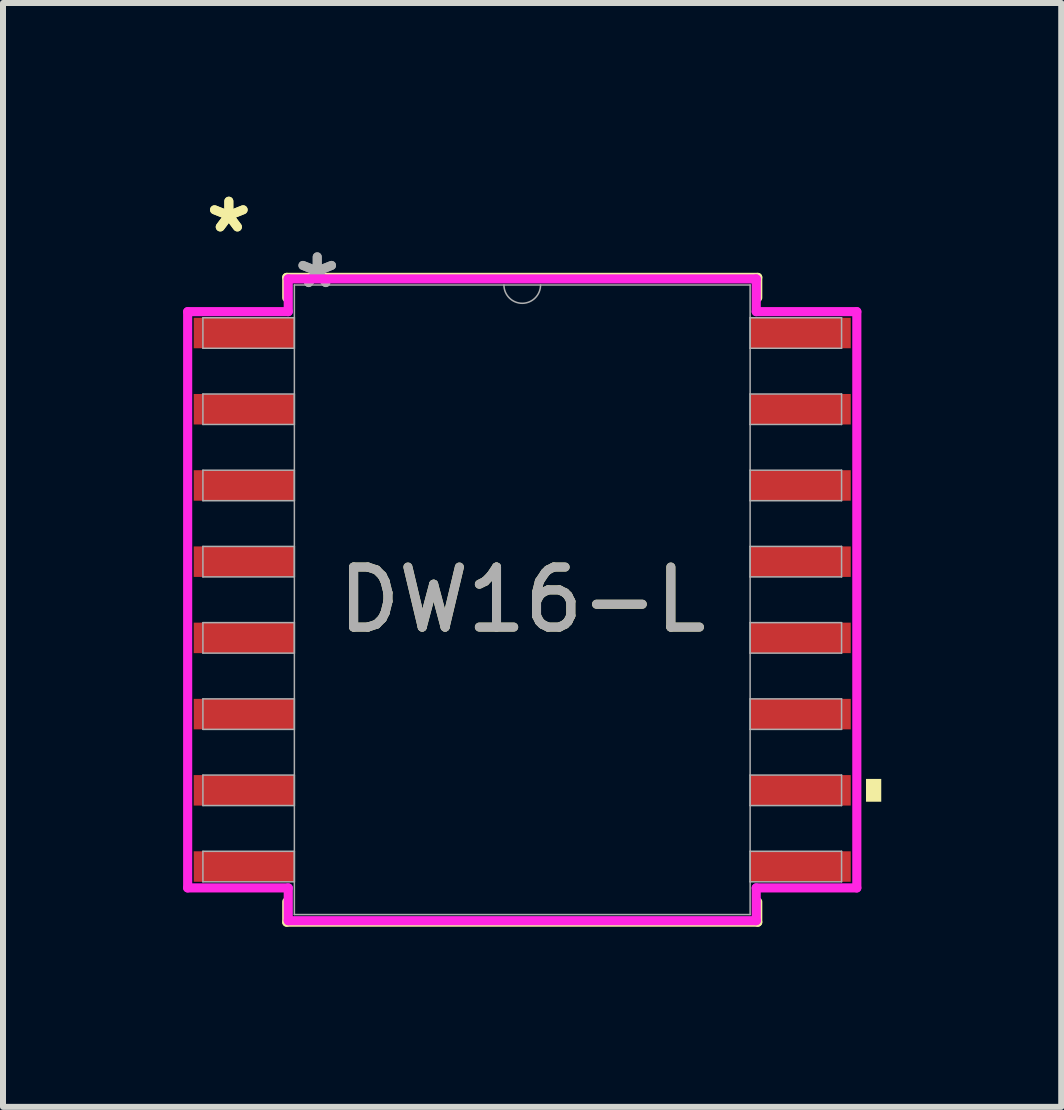
<source format=kicad_pcb>
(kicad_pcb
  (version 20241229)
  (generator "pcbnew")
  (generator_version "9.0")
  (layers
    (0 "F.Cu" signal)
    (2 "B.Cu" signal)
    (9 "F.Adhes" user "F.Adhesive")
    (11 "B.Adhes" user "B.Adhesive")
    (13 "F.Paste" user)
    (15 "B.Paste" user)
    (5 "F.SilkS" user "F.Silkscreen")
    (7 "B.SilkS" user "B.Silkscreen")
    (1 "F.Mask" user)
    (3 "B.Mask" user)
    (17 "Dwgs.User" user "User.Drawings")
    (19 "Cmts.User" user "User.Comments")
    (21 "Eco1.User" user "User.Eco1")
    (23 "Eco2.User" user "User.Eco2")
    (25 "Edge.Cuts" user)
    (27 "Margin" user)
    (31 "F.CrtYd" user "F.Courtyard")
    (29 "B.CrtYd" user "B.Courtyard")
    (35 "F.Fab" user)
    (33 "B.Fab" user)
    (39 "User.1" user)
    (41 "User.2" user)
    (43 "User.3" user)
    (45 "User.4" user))
  (footprint "DW16-L"
    (layer "F.Cu")
    (at 5.652 6.944)
    (property "Reference" "DW16-L" (at 0 0 0) (unlocked yes) (layer "F.SilkS") (effects (font (size 1 1) (thickness 0.15))))
    (attr smd)
    (fp_line (start -3.924 -5.372) (end -3.924 -5.032) (stroke (width 0.152) (type solid)) (layer "F.SilkS"))
    (fp_line (start -3.924 5.032) (end -3.924 5.372) (stroke (width 0.152) (type solid)) (layer "F.SilkS"))
    (fp_line (start -3.924 5.372) (end 3.924 5.372) (stroke (width 0.152) (type solid)) (layer "F.SilkS"))
    (fp_line (start 3.924 -5.372) (end -3.924 -5.372) (stroke (width 0.152) (type solid)) (layer "F.SilkS"))
    (fp_line (start 3.924 -5.032) (end 3.924 -5.372) (stroke (width 0.152) (type solid)) (layer "F.SilkS"))
    (fp_line (start 3.924 5.372) (end 3.924 5.032) (stroke (width 0.152) (type solid)) (layer "F.SilkS"))
    (fp_poly (pts (xy 5.982 2.985) (xy 5.982 3.365) (xy 5.728 3.365) (xy 5.728 2.985)) (stroke (width 0) (type solid)) (fill yes) (layer "F.SilkS"))
    (fp_line (start -5.575 -4.801) (end -3.899 -4.801) (stroke (width 0.152) (type solid)) (layer "F.CrtYd"))
    (fp_line (start -5.575 4.801) (end -5.575 -4.801) (stroke (width 0.152) (type solid)) (layer "F.CrtYd"))
    (fp_line (start -5.575 4.801) (end -3.899 4.801) (stroke (width 0.152) (type solid)) (layer "F.CrtYd"))
    (fp_line (start -3.899 -5.347) (end 3.899 -5.347) (stroke (width 0.152) (type solid)) (layer "F.CrtYd"))
    (fp_line (start -3.899 -4.801) (end -3.899 -5.347) (stroke (width 0.152) (type solid)) (layer "F.CrtYd"))
    (fp_line (start -3.899 5.347) (end -3.899 4.801) (stroke (width 0.152) (type solid)) (layer "F.CrtYd"))
    (fp_line (start 3.899 -5.347) (end 3.899 -4.801) (stroke (width 0.152) (type solid)) (layer "F.CrtYd"))
    (fp_line (start 3.899 4.801) (end 3.899 5.347) (stroke (width 0.152) (type solid)) (layer "F.CrtYd"))
    (fp_line (start 3.899 5.347) (end -3.899 5.347) (stroke (width 0.152) (type solid)) (layer "F.CrtYd"))
    (fp_line (start 5.575 -4.801) (end 3.899 -4.801) (stroke (width 0.152) (type solid)) (layer "F.CrtYd"))
    (fp_line (start 5.575 -4.801) (end 5.575 4.801) (stroke (width 0.152) (type solid)) (layer "F.CrtYd"))
    (fp_line (start 5.575 4.801) (end 3.899 4.801) (stroke (width 0.152) (type solid)) (layer "F.CrtYd"))
    (fp_line (start -5.321 -4.699) (end -5.321 -4.191) (stroke (width 0.025) (type solid)) (layer "F.Fab"))
    (fp_line (start -5.321 -4.191) (end -3.797 -4.191) (stroke (width 0.025) (type solid)) (layer "F.Fab"))
    (fp_line (start -5.321 -3.429) (end -5.321 -2.921) (stroke (width 0.025) (type solid)) (layer "F.Fab"))
    (fp_line (start -5.321 -2.921) (end -3.797 -2.921) (stroke (width 0.025) (type solid)) (layer "F.Fab"))
    (fp_line (start -5.321 -2.159) (end -5.321 -1.651) (stroke (width 0.025) (type solid)) (layer "F.Fab"))
    (fp_line (start -5.321 -1.651) (end -3.797 -1.651) (stroke (width 0.025) (type solid)) (layer "F.Fab"))
    (fp_line (start -5.321 -0.889) (end -5.321 -0.381) (stroke (width 0.025) (type solid)) (layer "F.Fab"))
    (fp_line (start -5.321 -0.381) (end -3.797 -0.381) (stroke (width 0.025) (type solid)) (layer "F.Fab"))
    (fp_line (start -5.321 0.381) (end -5.321 0.889) (stroke (width 0.025) (type solid)) (layer "F.Fab"))
    (fp_line (start -5.321 0.889) (end -3.797 0.889) (stroke (width 0.025) (type solid)) (layer "F.Fab"))
    (fp_line (start -5.321 1.651) (end -5.321 2.159) (stroke (width 0.025) (type solid)) (layer "F.Fab"))
    (fp_line (start -5.321 2.159) (end -3.797 2.159) (stroke (width 0.025) (type solid)) (layer "F.Fab"))
    (fp_line (start -5.321 2.921) (end -5.321 3.429) (stroke (width 0.025) (type solid)) (layer "F.Fab"))
    (fp_line (start -5.321 3.429) (end -3.797 3.429) (stroke (width 0.025) (type solid)) (layer "F.Fab"))
    (fp_line (start -5.321 4.191) (end -5.321 4.699) (stroke (width 0.025) (type solid)) (layer "F.Fab"))
    (fp_line (start -5.321 4.699) (end -3.797 4.699) (stroke (width 0.025) (type solid)) (layer "F.Fab"))
    (fp_line (start -3.797 -5.245) (end -3.797 5.245) (stroke (width 0.025) (type solid)) (layer "F.Fab"))
    (fp_line (start -3.797 -4.699) (end -5.321 -4.699) (stroke (width 0.025) (type solid)) (layer "F.Fab"))
    (fp_line (start -3.797 -4.191) (end -3.797 -4.699) (stroke (width 0.025) (type solid)) (layer "F.Fab"))
    (fp_line (start -3.797 -3.429) (end -5.321 -3.429) (stroke (width 0.025) (type solid)) (layer "F.Fab"))
    (fp_line (start -3.797 -2.921) (end -3.797 -3.429) (stroke (width 0.025) (type solid)) (layer "F.Fab"))
    (fp_line (start -3.797 -2.159) (end -5.321 -2.159) (stroke (width 0.025) (type solid)) (layer "F.Fab"))
    (fp_line (start -3.797 -1.651) (end -3.797 -2.159) (stroke (width 0.025) (type solid)) (layer "F.Fab"))
    (fp_line (start -3.797 -0.889) (end -5.321 -0.889) (stroke (width 0.025) (type solid)) (layer "F.Fab"))
    (fp_line (start -3.797 -0.381) (end -3.797 -0.889) (stroke (width 0.025) (type solid)) (layer "F.Fab"))
    (fp_line (start -3.797 0.381) (end -5.321 0.381) (stroke (width 0.025) (type solid)) (layer "F.Fab"))
    (fp_line (start -3.797 0.889) (end -3.797 0.381) (stroke (width 0.025) (type solid)) (layer "F.Fab"))
    (fp_line (start -3.797 1.651) (end -5.321 1.651) (stroke (width 0.025) (type solid)) (layer "F.Fab"))
    (fp_line (start -3.797 2.159) (end -3.797 1.651) (stroke (width 0.025) (type solid)) (layer "F.Fab"))
    (fp_line (start -3.797 2.921) (end -5.321 2.921) (stroke (width 0.025) (type solid)) (layer "F.Fab"))
    (fp_line (start -3.797 3.429) (end -3.797 2.921) (stroke (width 0.025) (type solid)) (layer "F.Fab"))
    (fp_line (start -3.797 4.191) (end -5.321 4.191) (stroke (width 0.025) (type solid)) (layer "F.Fab"))
    (fp_line (start -3.797 4.699) (end -3.797 4.191) (stroke (width 0.025) (type solid)) (layer "F.Fab"))
    (fp_line (start -3.797 5.245) (end 3.797 5.245) (stroke (width 0.025) (type solid)) (layer "F.Fab"))
    (fp_line (start 3.797 -5.245) (end -3.797 -5.245) (stroke (width 0.025) (type solid)) (layer "F.Fab"))
    (fp_line (start 3.797 -4.699) (end 3.797 -4.191) (stroke (width 0.025) (type solid)) (layer "F.Fab"))
    (fp_line (start 3.797 -4.191) (end 5.321 -4.191) (stroke (width 0.025) (type solid)) (layer "F.Fab"))
    (fp_line (start 3.797 -3.429) (end 3.797 -2.921) (stroke (width 0.025) (type solid)) (layer "F.Fab"))
    (fp_line (start 3.797 -2.921) (end 5.321 -2.921) (stroke (width 0.025) (type solid)) (layer "F.Fab"))
    (fp_line (start 3.797 -2.159) (end 3.797 -1.651) (stroke (width 0.025) (type solid)) (layer "F.Fab"))
    (fp_line (start 3.797 -1.651) (end 5.321 -1.651) (stroke (width 0.025) (type solid)) (layer "F.Fab"))
    (fp_line (start 3.797 -0.889) (end 3.797 -0.381) (stroke (width 0.025) (type solid)) (layer "F.Fab"))
    (fp_line (start 3.797 -0.381) (end 5.321 -0.381) (stroke (width 0.025) (type solid)) (layer "F.Fab"))
    (fp_line (start 3.797 0.381) (end 3.797 0.889) (stroke (width 0.025) (type solid)) (layer "F.Fab"))
    (fp_line (start 3.797 0.889) (end 5.321 0.889) (stroke (width 0.025) (type solid)) (layer "F.Fab"))
    (fp_line (start 3.797 1.651) (end 3.797 2.159) (stroke (width 0.025) (type solid)) (layer "F.Fab"))
    (fp_line (start 3.797 2.159) (end 5.321 2.159) (stroke (width 0.025) (type solid)) (layer "F.Fab"))
    (fp_line (start 3.797 2.921) (end 3.797 3.429) (stroke (width 0.025) (type solid)) (layer "F.Fab"))
    (fp_line (start 3.797 3.429) (end 5.321 3.429) (stroke (width 0.025) (type solid)) (layer "F.Fab"))
    (fp_line (start 3.797 4.191) (end 3.797 4.699) (stroke (width 0.025) (type solid)) (layer "F.Fab"))
    (fp_line (start 3.797 4.699) (end 5.321 4.699) (stroke (width 0.025) (type solid)) (layer "F.Fab"))
    (fp_line (start 3.797 5.245) (end 3.797 -5.245) (stroke (width 0.025) (type solid)) (layer "F.Fab"))
    (fp_line (start 5.321 -4.699) (end 3.797 -4.699) (stroke (width 0.025) (type solid)) (layer "F.Fab"))
    (fp_line (start 5.321 -4.191) (end 5.321 -4.699) (stroke (width 0.025) (type solid)) (layer "F.Fab"))
    (fp_line (start 5.321 -3.429) (end 3.797 -3.429) (stroke (width 0.025) (type solid)) (layer "F.Fab"))
    (fp_line (start 5.321 -2.921) (end 5.321 -3.429) (stroke (width 0.025) (type solid)) (layer "F.Fab"))
    (fp_line (start 5.321 -2.159) (end 3.797 -2.159) (stroke (width 0.025) (type solid)) (layer "F.Fab"))
    (fp_line (start 5.321 -1.651) (end 5.321 -2.159) (stroke (width 0.025) (type solid)) (layer "F.Fab"))
    (fp_line (start 5.321 -0.889) (end 3.797 -0.889) (stroke (width 0.025) (type solid)) (layer "F.Fab"))
    (fp_line (start 5.321 -0.381) (end 5.321 -0.889) (stroke (width 0.025) (type solid)) (layer "F.Fab"))
    (fp_line (start 5.321 0.381) (end 3.797 0.381) (stroke (width 0.025) (type solid)) (layer "F.Fab"))
    (fp_line (start 5.321 0.889) (end 5.321 0.381) (stroke (width 0.025) (type solid)) (layer "F.Fab"))
    (fp_line (start 5.321 1.651) (end 3.797 1.651) (stroke (width 0.025) (type solid)) (layer "F.Fab"))
    (fp_line (start 5.321 2.159) (end 5.321 1.651) (stroke (width 0.025) (type solid)) (layer "F.Fab"))
    (fp_line (start 5.321 2.921) (end 3.797 2.921) (stroke (width 0.025) (type solid)) (layer "F.Fab"))
    (fp_line (start 5.321 3.429) (end 5.321 2.921) (stroke (width 0.025) (type solid)) (layer "F.Fab"))
    (fp_line (start 5.321 4.191) (end 3.797 4.191) (stroke (width 0.025) (type solid)) (layer "F.Fab"))
    (fp_line (start 5.321 4.699) (end 5.321 4.191) (stroke (width 0.025) (type solid)) (layer "F.Fab"))
    (fp_arc (start 0.3048 -5.2451) (mid 0 -4.9403) (end -0.3048 -5.2451) (stroke (width 0.0254) (type solid)) (layer "F.Fab"))
    (fp_text user "*" (at -4.889 -6.096 0) (unlocked yes) (layer "F.SilkS") (effects (font (size 1 1) (thickness 0.15))))
    (fp_text user "*" (at -4.889 -6.096 0) (layer "F.SilkS") (effects (font (size 1 1) (thickness 0.15))))
    (fp_text user "*" (at -3.416 -5.169 0) (unlocked yes) (layer "F.Fab") (effects (font (size 1 1) (thickness 0.15))))
    (fp_text user "${REFERENCE}" (at 0 0 0) (unlocked yes) (layer "F.Fab") (effects (font (size 1 1) (thickness 0.15))))
    (fp_text user "*" (at -3.416 -5.169 0) (layer "F.Fab") (effects (font (size 1 1) (thickness 0.15))))
    (pad "1" smd rect (at -4.636 -4.445) (size 1.676 0.508) (layers "F.Cu" "F.Mask" "F.Paste"))
    (pad "2" smd rect (at -4.636 -3.175) (size 1.676 0.508) (layers "F.Cu" "F.Mask" "F.Paste"))
    (pad "3" smd rect (at -4.636 -1.905) (size 1.676 0.508) (layers "F.Cu" "F.Mask" "F.Paste"))
    (pad "4" smd rect (at -4.636 -0.635) (size 1.676 0.508) (layers "F.Cu" "F.Mask" "F.Paste"))
    (pad "5" smd rect (at -4.636 0.635) (size 1.676 0.508) (layers "F.Cu" "F.Mask" "F.Paste"))
    (pad "6" smd rect (at -4.636 1.905) (size 1.676 0.508) (layers "F.Cu" "F.Mask" "F.Paste"))
    (pad "7" smd rect (at -4.636 3.175) (size 1.676 0.508) (layers "F.Cu" "F.Mask" "F.Paste"))
    (pad "8" smd rect (at -4.636 4.445) (size 1.676 0.508) (layers "F.Cu" "F.Mask" "F.Paste"))
    (pad "9" smd rect (at 4.636 4.445) (size 1.676 0.508) (layers "F.Cu" "F.Mask" "F.Paste"))
    (pad "10" smd rect (at 4.636 3.175) (size 1.676 0.508) (layers "F.Cu" "F.Mask" "F.Paste"))
    (pad "11" smd rect (at 4.636 1.905) (size 1.676 0.508) (layers "F.Cu" "F.Mask" "F.Paste"))
    (pad "12" smd rect (at 4.636 0.635) (size 1.676 0.508) (layers "F.Cu" "F.Mask" "F.Paste"))
    (pad "13" smd rect (at 4.636 -0.635) (size 1.676 0.508) (layers "F.Cu" "F.Mask" "F.Paste"))
    (pad "14" smd rect (at 4.636 -1.905) (size 1.676 0.508) (layers "F.Cu" "F.Mask" "F.Paste"))
    (pad "15" smd rect (at 4.636 -3.175) (size 1.676 0.508) (layers "F.Cu" "F.Mask" "F.Paste"))
    (pad "16" smd rect (at 4.636 -4.445) (size 1.676 0.508) (layers "F.Cu" "F.Mask" "F.Paste")))
  (gr_rect
    (start -3 -3)
    (end 14.633 15.393)
    (stroke (width 0.1) (type default))
    (fill no)
    (layer "Edge.Cuts")))
</source>
